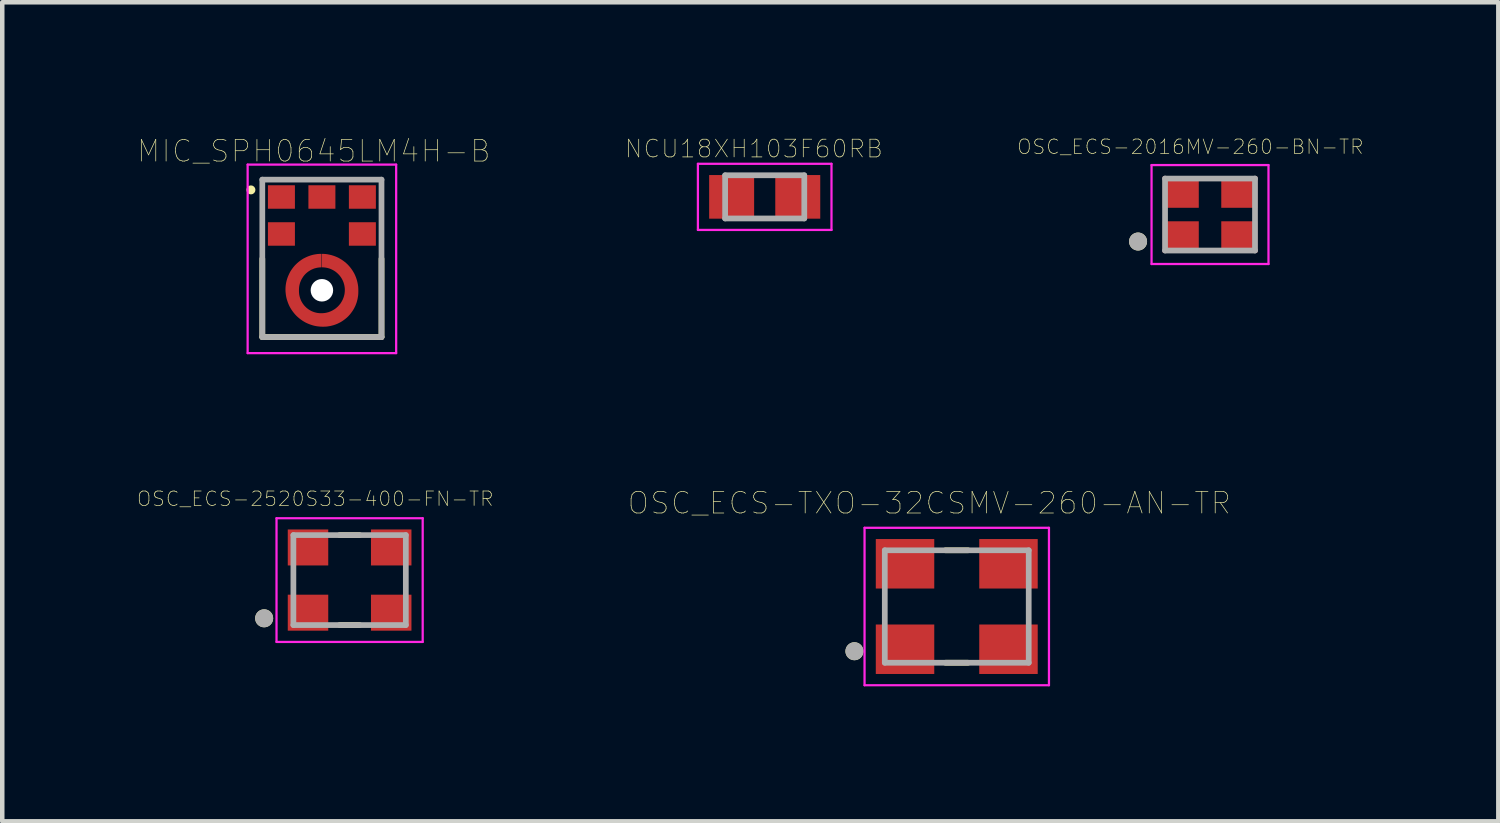
<source format=kicad_pcb>
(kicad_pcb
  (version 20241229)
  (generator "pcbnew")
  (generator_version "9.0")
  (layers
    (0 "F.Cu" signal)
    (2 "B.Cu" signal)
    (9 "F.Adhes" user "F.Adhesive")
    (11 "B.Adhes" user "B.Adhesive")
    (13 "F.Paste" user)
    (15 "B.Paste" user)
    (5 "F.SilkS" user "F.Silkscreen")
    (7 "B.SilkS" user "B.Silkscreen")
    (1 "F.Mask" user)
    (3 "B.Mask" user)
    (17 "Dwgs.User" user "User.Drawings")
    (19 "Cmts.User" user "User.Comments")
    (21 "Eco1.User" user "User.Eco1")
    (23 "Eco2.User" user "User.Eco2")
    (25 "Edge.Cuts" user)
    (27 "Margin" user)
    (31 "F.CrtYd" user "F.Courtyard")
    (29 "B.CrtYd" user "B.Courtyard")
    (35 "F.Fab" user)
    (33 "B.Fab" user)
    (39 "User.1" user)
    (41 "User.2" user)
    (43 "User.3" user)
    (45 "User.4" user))
  (footprint "OSC_ECS-2520S33-400-FN-TR"
    (layer "F.Cu")
    (at 4.723 9.847)
    (property "Reference" "OSC_ECS-2520S33-400-FN-TR" (at -0.763 -1.807 0) (layer "F.SilkS") (effects (font (size 0.321 0.321) (thickness 0.015))))
    (attr through_hole)
    (fp_line (start -0.221 -1) (end 0.221 -1) (stroke (width 0.127) (type solid)) (layer "F.SilkS"))
    (fp_line (start -0.221 1) (end 0.221 1) (stroke (width 0.127) (type solid)) (layer "F.SilkS"))
    (fp_circle (center -1.9 0.85) (end -1.8 0.85) (stroke (width 0.2) (type solid)) (fill no) (layer "F.SilkS"))
    (fp_line (start -1.625 -1.375) (end 1.625 -1.375) (stroke (width 0.05) (type solid)) (layer "F.CrtYd"))
    (fp_line (start -1.625 1.375) (end -1.625 -1.375) (stroke (width 0.05) (type solid)) (layer "F.CrtYd"))
    (fp_line (start 1.625 -1.375) (end 1.625 1.375) (stroke (width 0.05) (type solid)) (layer "F.CrtYd"))
    (fp_line (start 1.625 1.375) (end -1.625 1.375) (stroke (width 0.05) (type solid)) (layer "F.CrtYd"))
    (fp_line (start -1.25 -1) (end 1.25 -1) (stroke (width 0.127) (type solid)) (layer "F.Fab"))
    (fp_line (start -1.25 1) (end -1.25 -1) (stroke (width 0.127) (type solid)) (layer "F.Fab"))
    (fp_line (start 1.25 -1) (end 1.25 1) (stroke (width 0.127) (type solid)) (layer "F.Fab"))
    (fp_line (start 1.25 1) (end -1.25 1) (stroke (width 0.127) (type solid)) (layer "F.Fab"))
    (fp_circle (center -1.9 0.85) (end -1.8 0.85) (stroke (width 0.2) (type solid)) (fill no) (layer "F.Fab"))
    (pad "1" smd rect (at -0.925 0.725) (size 0.9 0.8) (layers "F.Cu" "F.Mask" "F.Paste"))
    (pad "2" smd rect (at 0.925 0.725) (size 0.9 0.8) (layers "F.Cu" "F.Mask" "F.Paste"))
    (pad "3" smd rect (at 0.925 -0.725) (size 0.9 0.8) (layers "F.Cu" "F.Mask" "F.Paste"))
    (pad "4" smd rect (at -0.925 -0.725) (size 0.9 0.8) (layers "F.Cu" "F.Mask" "F.Paste")))
  (footprint "OSC_ECS-2016MV-260-BN-TR"
    (layer "F.Cu")
    (at 23.853 1.72)
    (property "Reference" "OSC_ECS-2016MV-260-BN-TR" (at -0.435 -1.506 0) (layer "F.SilkS") (effects (font (size 0.321 0.321) (thickness 0.015))))
    (attr through_hole)
    (fp_circle (center -1.6 0.6) (end -1.5 0.6) (stroke (width 0.2) (type solid)) (fill no) (layer "F.SilkS"))
    (fp_line (start -1.3 -1.1) (end 1.3 -1.1) (stroke (width 0.05) (type solid)) (layer "F.CrtYd"))
    (fp_line (start -1.3 1.1) (end -1.3 -1.1) (stroke (width 0.05) (type solid)) (layer "F.CrtYd"))
    (fp_line (start 1.3 -1.1) (end 1.3 1.1) (stroke (width 0.05) (type solid)) (layer "F.CrtYd"))
    (fp_line (start 1.3 1.1) (end -1.3 1.1) (stroke (width 0.05) (type solid)) (layer "F.CrtYd"))
    (fp_line (start -1 -0.8) (end 1 -0.8) (stroke (width 0.127) (type solid)) (layer "F.Fab"))
    (fp_line (start -1 0.8) (end -1 -0.8) (stroke (width 0.127) (type solid)) (layer "F.Fab"))
    (fp_line (start 1 -0.8) (end 1 0.8) (stroke (width 0.127) (type solid)) (layer "F.Fab"))
    (fp_line (start 1 0.8) (end -1 0.8) (stroke (width 0.127) (type solid)) (layer "F.Fab"))
    (fp_circle (center -1.6 0.6) (end -1.5 0.6) (stroke (width 0.2) (type solid)) (fill no) (layer "F.Fab"))
    (pad "1" smd rect (at -0.65 0.5) (size 0.8 0.7) (layers "F.Cu" "F.Mask" "F.Paste"))
    (pad "2" smd rect (at 0.65 0.5) (size 0.8 0.7) (layers "F.Cu" "F.Mask" "F.Paste"))
    (pad "3" smd rect (at 0.65 -0.5) (size 0.8 0.7) (layers "F.Cu" "F.Mask" "F.Paste"))
    (pad "4" smd rect (at -0.65 -0.5) (size 0.8 0.7) (layers "F.Cu" "F.Mask" "F.Paste")))
  (footprint "MIC_SPH0645LM4H-B"
    (layer "F.Cu")
    (at 4.107 3.404)
    (property "Reference" "MIC_SPH0645LM4H-B" (at -0.182 -3.095 0) (layer "F.SilkS") (effects (font (size 0.482 0.482) (thickness 0.015))))
    (attr through_hole)
    (fp_poly (pts (xy -0.01 -0.51) (xy -0.01 -0.81) (xy -0.057 -0.809) (xy -0.098 -0.806) (xy -0.139 -0.8) (xy -0.18 -0.793) (xy -0.221 -0.783) (xy -0.261 -0.771) (xy -0.3 -0.757) (xy -0.338 -0.741) (xy -0.376 -0.723) (xy -0.413 -0.704) (xy -0.448 -0.682) (xy -0.482 -0.658) (xy -0.515 -0.633) (xy -0.547 -0.606) (xy -0.577 -0.577) (xy -0.606 -0.547) (xy -0.633 -0.515) (xy -0.658 -0.482) (xy -0.682 -0.448) (xy -0.704 -0.413) (xy -0.723 -0.376) (xy -0.741 -0.338) (xy -0.757 -0.3) (xy -0.771 -0.261) (xy -0.783 -0.221) (xy -0.793 -0.18) (xy -0.8 -0.139) (xy -0.806 -0.098) (xy -0.809 -0.057) (xy -0.81 -0.02) (xy -0.809 0.023) (xy -0.805 0.067) (xy -0.8 0.11) (xy -0.792 0.153) (xy -0.782 0.195) (xy -0.769 0.236) (xy -0.755 0.277) (xy -0.738 0.318) (xy -0.72 0.357) (xy -0.699 0.395) (xy -0.676 0.432) (xy -0.651 0.468) (xy -0.625 0.502) (xy -0.597 0.535) (xy -0.567 0.567) (xy -0.535 0.597) (xy -0.502 0.625) (xy -0.468 0.651) (xy -0.432 0.676) (xy -0.395 0.699) (xy -0.357 0.72) (xy -0.318 0.738) (xy -0.277 0.755) (xy -0.236 0.769) (xy -0.195 0.782) (xy -0.153 0.792) (xy -0.11 0.8) (xy -0.067 0.805) (xy -0.023 0.809) (xy 0.02 0.81) (xy 0.03 0.81) (xy 0.071 0.809) (xy 0.112 0.806) (xy 0.152 0.8) (xy 0.192 0.793) (xy 0.232 0.783) (xy 0.271 0.772) (xy 0.31 0.758) (xy 0.347 0.743) (xy 0.384 0.725) (xy 0.42 0.706) (xy 0.455 0.684) (xy 0.488 0.661) (xy 0.521 0.636) (xy 0.552 0.61) (xy 0.582 0.582) (xy 0.61 0.552) (xy 0.636 0.521) (xy 0.661 0.488) (xy 0.684 0.455) (xy 0.706 0.42) (xy 0.725 0.384) (xy 0.743 0.347) (xy 0.758 0.31) (xy 0.772 0.271) (xy 0.783 0.232) (xy 0.793 0.192) (xy 0.8 0.152) (xy 0.806 0.112) (xy 0.809 0.071) (xy 0.81 0.03) (xy 0.81 0) (xy 0.809 -0.042) (xy 0.806 -0.085) (xy 0.8 -0.127) (xy 0.792 -0.168) (xy 0.782 -0.21) (xy 0.77 -0.25) (xy 0.756 -0.29) (xy 0.74 -0.329) (xy 0.722 -0.368) (xy 0.701 -0.405) (xy 0.679 -0.441) (xy 0.655 -0.476) (xy 0.629 -0.51) (xy 0.602 -0.542) (xy 0.573 -0.573) (xy 0.542 -0.602) (xy 0.51 -0.629) (xy 0.476 -0.655) (xy 0.441 -0.679) (xy 0.405 -0.701) (xy 0.368 -0.722) (xy 0.329 -0.74) (xy 0.29 -0.756) (xy 0.25 -0.77) (xy 0.21 -0.782) (xy 0.168 -0.792) (xy 0.127 -0.8) (xy 0.085 -0.806) (xy 0.042 -0.809) (xy 0 -0.81) (xy 0 -0.51) (xy 0.023 -0.51) (xy 0.049 -0.508) (xy 0.075 -0.505) (xy 0.101 -0.501) (xy 0.127 -0.495) (xy 0.153 -0.488) (xy 0.178 -0.48) (xy 0.202 -0.47) (xy 0.226 -0.459) (xy 0.25 -0.447) (xy 0.273 -0.433) (xy 0.295 -0.419) (xy 0.316 -0.403) (xy 0.336 -0.386) (xy 0.356 -0.368) (xy 0.374 -0.349) (xy 0.392 -0.33) (xy 0.408 -0.309) (xy 0.424 -0.287) (xy 0.438 -0.265) (xy 0.451 -0.242) (xy 0.463 -0.218) (xy 0.473 -0.194) (xy 0.483 -0.169) (xy 0.49 -0.144) (xy 0.497 -0.119) (xy 0.502 -0.093) (xy 0.506 -0.067) (xy 0.509 -0.04) (xy 0.51 -0.01) (xy 0.509 0.017) (xy 0.507 0.044) (xy 0.504 0.071) (xy 0.499 0.098) (xy 0.492 0.125) (xy 0.485 0.151) (xy 0.475 0.176) (xy 0.465 0.202) (xy 0.453 0.226) (xy 0.44 0.25) (xy 0.426 0.273) (xy 0.411 0.296) (xy 0.394 0.317) (xy 0.376 0.338) (xy 0.358 0.358) (xy 0.338 0.376) (xy 0.317 0.394) (xy 0.296 0.411) (xy 0.273 0.426) (xy 0.25 0.44) (xy 0.226 0.453) (xy 0.202 0.465) (xy 0.176 0.475) (xy 0.151 0.485) (xy 0.125 0.492) (xy 0.098 0.499) (xy 0.071 0.504) (xy 0.044 0.507) (xy 0.017 0.509) (xy -0.01 0.51) (xy -0.02 0.51) (xy -0.046 0.509) (xy -0.071 0.507) (xy -0.097 0.504) (xy -0.122 0.499) (xy -0.147 0.493) (xy -0.171 0.486) (xy -0.196 0.477) (xy -0.219 0.468) (xy -0.242 0.457) (xy -0.265 0.444) (xy -0.287 0.431) (xy -0.308 0.416) (xy -0.328 0.401) (xy -0.348 0.384) (xy -0.366 0.366) (xy -0.384 0.348) (xy -0.401 0.328) (xy -0.416 0.308) (xy -0.431 0.287) (xy -0.444 0.265) (xy -0.457 0.242) (xy -0.468 0.219) (xy -0.477 0.196) (xy -0.486 0.171) (xy -0.493 0.147) (xy -0.499 0.122) (xy -0.504 0.097) (xy -0.507 0.071) (xy -0.509 0.046) (xy -0.51 0.02) (xy -0.51 -0.01) (xy -0.509 -0.036) (xy -0.507 -0.062) (xy -0.504 -0.088) (xy -0.499 -0.114) (xy -0.493 -0.139) (xy -0.486 -0.165) (xy -0.477 -0.189) (xy -0.467 -0.213) (xy -0.456 -0.237) (xy -0.443 -0.26) (xy -0.429 -0.282) (xy -0.415 -0.304) (xy -0.399 -0.325) (xy -0.382 -0.345) (xy -0.364 -0.364) (xy -0.345 -0.382) (xy -0.325 -0.399) (xy -0.304 -0.415) (xy -0.282 -0.429) (xy -0.26 -0.443) (xy -0.237 -0.456) (xy -0.213 -0.467) (xy -0.189 -0.477) (xy -0.165 -0.486) (xy -0.139 -0.493) (xy -0.114 -0.499) (xy -0.088 -0.504) (xy -0.062 -0.507) (xy -0.036 -0.509) (xy -0.01 -0.51)) (stroke (width 0.001) (type solid)) (fill yes) (layer "F.Cu"))
    (fp_circle (center 0 0) (end 0.456 0) (stroke (width 0.912) (type solid)) (fill no) (layer "F.Mask"))
    (fp_line (start -1.325 1.04) (end -1.325 -0.7) (stroke (width 0.127) (type solid)) (layer "F.SilkS"))
    (fp_line (start 1.325 -0.7) (end 1.325 1.04) (stroke (width 0.127) (type solid)) (layer "F.SilkS"))
    (fp_line (start 1.325 1.04) (end -1.325 1.04) (stroke (width 0.127) (type solid)) (layer "F.SilkS"))
    (fp_circle (center -1.578 -2.232) (end -1.528 -2.232) (stroke (width 0.1) (type solid)) (fill no) (layer "F.SilkS"))
    (fp_poly (pts (xy 0.38 0.53) (xy 0.28 0.425) (xy 0.23 0.46) (xy 0.12 0.5) (xy 0 0.514) (xy -0.12 0.5) (xy -0.225 0.462) (xy -0.288 0.426) (xy -0.385 0.525) (xy -0.5 0.64) (xy -0.405 0.705) (xy -0.31 0.75) (xy -0.22 0.78) (xy -0.14 0.8) (xy 0 0.81) (xy 0.16 0.796) (xy 0.31 0.75) (xy 0.425 0.69) (xy 0.495 0.645)) (stroke (width 0.001) (type solid)) (fill yes) (layer "F.Paste"))
    (fp_poly (pts (xy -0.375 -0.53) (xy -0.28 -0.435) (xy -0.23 -0.46) (xy -0.175 -0.485) (xy -0.12 -0.5) (xy -0.06 -0.51) (xy 0 -0.514) (xy 0.12 -0.5) (xy 0.225 -0.462) (xy 0.283 -0.426) (xy 0.385 -0.525) (xy 0.5 -0.64) (xy 0.41 -0.7) (xy 0.31 -0.75) (xy 0.23 -0.78) (xy 0.14 -0.8) (xy 0 -0.81) (xy -0.16 -0.796) (xy -0.31 -0.75) (xy -0.415 -0.7) (xy -0.49 -0.645)) (stroke (width 0.001) (type solid)) (fill yes) (layer "F.Paste"))
    (fp_poly (pts (xy 0.53 -0.385) (xy 0.425 -0.28) (xy 0.46 -0.23) (xy 0.5 -0.12) (xy 0.514 0) (xy 0.5 0.12) (xy 0.462 0.225) (xy 0.421 0.283) (xy 0.52 0.38) (xy 0.64 0.5) (xy 0.705 0.405) (xy 0.75 0.31) (xy 0.78 0.23) (xy 0.8 0.14) (xy 0.81 0.06) (xy 0.81 -0.065) (xy 0.796 -0.16) (xy 0.78 -0.235) (xy 0.75 -0.31) (xy 0.705 -0.405) (xy 0.64 -0.5)) (stroke (width 0.001) (type solid)) (fill yes) (layer "F.Paste"))
    (fp_poly (pts (xy -0.53 0.385) (xy -0.43 0.285) (xy -0.465 0.23) (xy -0.505 0.12) (xy -0.51 0.12) (xy -0.505 0.11) (xy -0.52 0.005) (xy -0.524 -0.005) (xy -0.52 -0.005) (xy -0.505 -0.125) (xy -0.462 -0.225) (xy -0.426 -0.293) (xy -0.525 -0.39) (xy -0.635 -0.505) (xy -0.7 -0.41) (xy -0.75 -0.31) (xy -0.78 -0.22) (xy -0.8 -0.14) (xy -0.81 0) (xy -0.796 0.16) (xy -0.75 0.31) (xy -0.705 0.4) (xy -0.64 0.5)) (stroke (width 0.001) (type solid)) (fill yes) (layer "F.Paste"))
    (fp_line (start -1.651 -2.794) (end 1.651 -2.794) (stroke (width 0.05) (type solid)) (layer "F.CrtYd"))
    (fp_line (start -1.651 1.397) (end -1.651 -2.794) (stroke (width 0.05) (type solid)) (layer "F.CrtYd"))
    (fp_line (start 1.651 -2.794) (end 1.651 1.397) (stroke (width 0.05) (type solid)) (layer "F.CrtYd"))
    (fp_line (start 1.651 1.397) (end -1.651 1.397) (stroke (width 0.05) (type solid)) (layer "F.CrtYd"))
    (fp_line (start -1.325 -2.46) (end 1.325 -2.46) (stroke (width 0.127) (type solid)) (layer "F.Fab"))
    (fp_line (start -1.325 1.04) (end -1.325 -2.46) (stroke (width 0.127) (type solid)) (layer "F.Fab"))
    (fp_line (start 1.325 -2.46) (end 1.325 1.04) (stroke (width 0.127) (type solid)) (layer "F.Fab"))
    (fp_line (start 1.325 1.04) (end -1.325 1.04) (stroke (width 0.127) (type solid)) (layer "F.Fab"))
    (pad "" np_thru_hole circle (at 0 0) (size 0.5 0.5) (drill 0.5) (layers "*.Cu" "*.Mask"))
    (pad "1" smd rect (at -0.9 -2.074) (size 0.6 0.522) (layers "F.Cu" "F.Mask" "F.Paste"))
    (pad "2" smd rect (at -0.9 -1.252) (size 0.6 0.522) (layers "F.Cu" "F.Mask" "F.Paste"))
    (pad "3" smd rect (at 0.65 -0.02) (size 0.1 0.1) (layers "F.Cu"))
    (pad "4" smd rect (at 0.9 -1.252) (size 0.6 0.522) (layers "F.Cu" "F.Mask" "F.Paste"))
    (pad "5" smd rect (at 0.9 -2.074) (size 0.6 0.522) (layers "F.Cu" "F.Mask" "F.Paste"))
    (pad "6" smd rect (at 0 -2.074) (size 0.6 0.522) (layers "F.Cu" "F.Mask" "F.Paste")))
  (footprint "OSC_ECS-TXO-32CSMV-260-AN-TR"
    (layer "F.Cu")
    (at 18.222 10.435)
    (property "Reference" "OSC_ECS-TXO-32CSMV-260-AN-TR" (at -0.61 -2.301 0) (layer "F.SilkS") (effects (font (size 0.481 0.481) (thickness 0.015))))
    (attr through_hole)
    (fp_line (start -0.25 -1.25) (end 0.25 -1.25) (stroke (width 0.127) (type solid)) (layer "F.SilkS"))
    (fp_line (start -0.25 1.25) (end 0.25 1.25) (stroke (width 0.127) (type solid)) (layer "F.SilkS"))
    (fp_circle (center -2.275 0.994) (end -2.175 0.994) (stroke (width 0.2) (type solid)) (fill no) (layer "F.SilkS"))
    (fp_line (start -2.05 -1.75) (end 2.05 -1.75) (stroke (width 0.05) (type solid)) (layer "F.CrtYd"))
    (fp_line (start -2.05 1.75) (end -2.05 -1.75) (stroke (width 0.05) (type solid)) (layer "F.CrtYd"))
    (fp_line (start 2.05 -1.75) (end 2.05 1.75) (stroke (width 0.05) (type solid)) (layer "F.CrtYd"))
    (fp_line (start 2.05 1.75) (end -2.05 1.75) (stroke (width 0.05) (type solid)) (layer "F.CrtYd"))
    (fp_line (start -1.6 -1.25) (end 1.6 -1.25) (stroke (width 0.127) (type solid)) (layer "F.Fab"))
    (fp_line (start -1.6 1.25) (end -1.6 -1.25) (stroke (width 0.127) (type solid)) (layer "F.Fab"))
    (fp_line (start 1.6 -1.25) (end 1.6 1.25) (stroke (width 0.127) (type solid)) (layer "F.Fab"))
    (fp_line (start 1.6 1.25) (end -1.6 1.25) (stroke (width 0.127) (type solid)) (layer "F.Fab"))
    (fp_circle (center -2.275 0.994) (end -2.175 0.994) (stroke (width 0.2) (type solid)) (fill no) (layer "F.Fab"))
    (pad "1" smd rect (at -1.15 0.95) (size 1.3 1.1) (layers "F.Cu" "F.Mask" "F.Paste"))
    (pad "2" smd rect (at 1.15 0.95) (size 1.3 1.1) (layers "F.Cu" "F.Mask" "F.Paste"))
    (pad "3" smd rect (at 1.15 -0.95) (size 1.3 1.1) (layers "F.Cu" "F.Mask" "F.Paste"))
    (pad "4" smd rect (at -1.15 -0.95) (size 1.3 1.1) (layers "F.Cu" "F.Mask" "F.Paste")))
  (footprint "NCU18XH103F60RB"
    (layer "F.Cu")
    (at 13.952 1.327)
    (property "Reference" "NCU18XH103F60RB" (at -0.24 -1.07 0) (layer "F.SilkS") (effects (font (size 0.394 0.394) (thickness 0.015))))
    (attr through_hole)
    (fp_line (start -1.485 -0.735) (end 1.485 -0.735) (stroke (width 0.05) (type solid)) (layer "F.CrtYd"))
    (fp_line (start -1.485 0.735) (end -1.485 -0.735) (stroke (width 0.05) (type solid)) (layer "F.CrtYd"))
    (fp_line (start -1.485 0.735) (end 1.485 0.735) (stroke (width 0.05) (type solid)) (layer "F.CrtYd"))
    (fp_line (start 1.485 0.735) (end 1.485 -0.735) (stroke (width 0.05) (type solid)) (layer "F.CrtYd"))
    (fp_line (start -0.88 0.48) (end -0.88 -0.48) (stroke (width 0.127) (type solid)) (layer "F.Fab"))
    (fp_line (start 0.88 -0.48) (end -0.88 -0.48) (stroke (width 0.127) (type solid)) (layer "F.Fab"))
    (fp_line (start 0.88 0.48) (end -0.88 0.48) (stroke (width 0.127) (type solid)) (layer "F.Fab"))
    (fp_line (start 0.88 0.48) (end 0.88 -0.48) (stroke (width 0.127) (type solid)) (layer "F.Fab"))
    (pad "1" smd rect (at -0.735 0) (size 1 0.97) (layers "F.Cu" "F.Mask" "F.Paste"))
    (pad "2" smd rect (at 0.735 0) (size 1 0.97) (layers "F.Cu" "F.Mask" "F.Paste")))
  (gr_rect
    (start -3 -3)
    (end 30.263 15.21)
    (stroke (width 0.1) (type default))
    (fill no)
    (layer "Edge.Cuts")))
</source>
